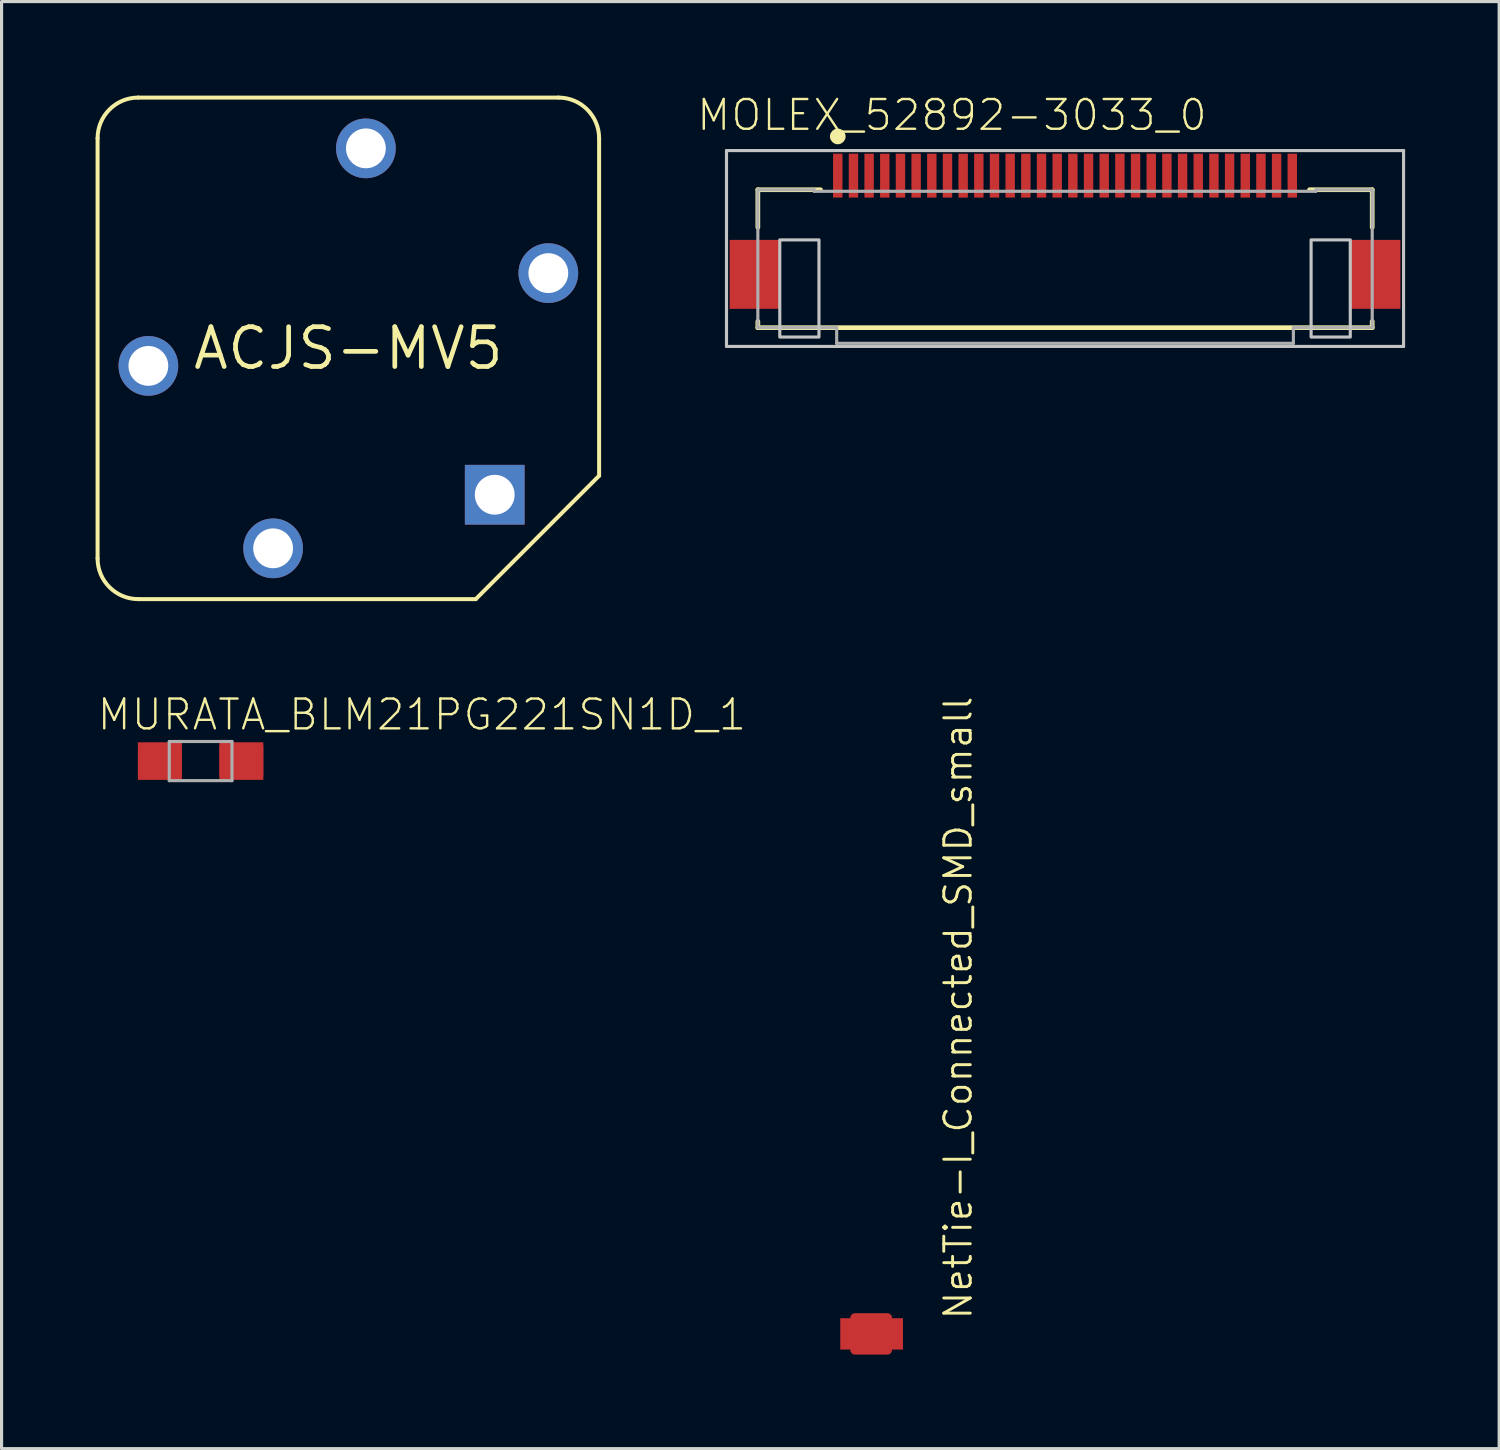
<source format=kicad_pcb>
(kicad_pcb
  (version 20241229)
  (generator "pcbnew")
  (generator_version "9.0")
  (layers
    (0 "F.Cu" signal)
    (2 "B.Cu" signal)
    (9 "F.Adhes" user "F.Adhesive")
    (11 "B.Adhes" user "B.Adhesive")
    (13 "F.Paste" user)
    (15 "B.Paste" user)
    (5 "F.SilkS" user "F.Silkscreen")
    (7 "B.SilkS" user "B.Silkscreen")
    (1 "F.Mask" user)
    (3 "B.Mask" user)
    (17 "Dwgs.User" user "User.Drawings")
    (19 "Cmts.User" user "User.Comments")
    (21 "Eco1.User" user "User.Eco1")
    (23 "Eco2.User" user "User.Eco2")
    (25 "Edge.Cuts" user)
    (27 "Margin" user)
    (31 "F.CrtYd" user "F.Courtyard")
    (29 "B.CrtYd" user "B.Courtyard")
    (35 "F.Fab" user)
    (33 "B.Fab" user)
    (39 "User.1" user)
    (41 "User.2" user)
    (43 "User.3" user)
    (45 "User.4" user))
  (footprint "MOLEX_52892-3033_0"
    (layer "F.Cu")
    (at 30.927 4.128)
    (property "Reference" "MOLEX_52892-3033_0" (at -11.8 -2.95 180) (layer "F.SilkS") (effects (font (size 0.95 0.95) (thickness 0.076)) (justify left bottom)))
    (attr through_hole)
    (fp_line (start -9.8 -1.125) (end -7.8 -1.125) (stroke (width 0.15) (type solid)) (layer "F.SilkS"))
    (fp_line (start -9.8 0.075) (end -9.8 -1.125) (stroke (width 0.15) (type solid)) (layer "F.SilkS"))
    (fp_line (start -9.8 3.275) (end -9.8 3.075) (stroke (width 0.15) (type solid)) (layer "F.SilkS"))
    (fp_line (start -9.8 3.275) (end 9.8 3.275) (stroke (width 0.15) (type solid)) (layer "F.SilkS"))
    (fp_line (start 7.8 -1.125) (end 9.8 -1.125) (stroke (width 0.15) (type solid)) (layer "F.SilkS"))
    (fp_line (start 9.8 0.075) (end 9.8 -1.125) (stroke (width 0.15) (type solid)) (layer "F.SilkS"))
    (fp_line (start 9.8 3.275) (end 9.8 3.075) (stroke (width 0.15) (type solid)) (layer "F.SilkS"))
    (fp_circle (center -7.25 -2.825) (end -7.125 -2.825) (stroke (width 0.25) (type solid)) (fill no) (layer "F.SilkS"))
    (fp_line (start -10.8 -2.375) (end 10.8 -2.375) (stroke (width 0.1) (type solid)) (layer "Dwgs.User"))
    (fp_line (start -10.8 3.875) (end -10.8 -2.375) (stroke (width 0.1) (type solid)) (layer "Dwgs.User"))
    (fp_line (start 10.8 -2.375) (end 10.8 3.875) (stroke (width 0.1) (type solid)) (layer "Dwgs.User"))
    (fp_line (start 10.8 3.875) (end -10.8 3.875) (stroke (width 0.1) (type solid)) (layer "Dwgs.User"))
    (fp_poly (pts (xy -9.1 3.575) (xy -7.85 3.575) (xy -7.85 0.475) (xy -9.1 0.475)) (stroke (width 0.1) (type solid)) (fill no) (layer "Dwgs.User"))
    (fp_poly (pts (xy 7.85 3.575) (xy 9.1 3.575) (xy 9.1 0.475) (xy 7.85 0.475)) (stroke (width 0.1) (type solid)) (fill no) (layer "Dwgs.User"))
    (fp_line (start -9.8 -1.125) (end -8 -1.125) (stroke (width 0.1) (type solid)) (layer "F.Fab"))
    (fp_line (start -9.8 3.275) (end -9.8 -1.125) (stroke (width 0.1) (type solid)) (layer "F.Fab"))
    (fp_line (start -9.8 3.275) (end -7.285 3.275) (stroke (width 0.1) (type solid)) (layer "F.Fab"))
    (fp_line (start -8 -1.075) (end -8 -1.125) (stroke (width 0.1) (type solid)) (layer "F.Fab"))
    (fp_line (start -8 -1.075) (end 8 -1.075) (stroke (width 0.1) (type solid)) (layer "F.Fab"))
    (fp_line (start -7.285 3.775) (end -7.285 3.275) (stroke (width 0.1) (type solid)) (layer "F.Fab"))
    (fp_line (start -7.285 3.775) (end 7.285 3.775) (stroke (width 0.1) (type solid)) (layer "F.Fab"))
    (fp_line (start 7.285 3.275) (end 9.8 3.275) (stroke (width 0.1) (type solid)) (layer "F.Fab"))
    (fp_line (start 7.285 3.775) (end 7.285 3.275) (stroke (width 0.1) (type solid)) (layer "F.Fab"))
    (fp_line (start 8 -1.125) (end 9.8 -1.125) (stroke (width 0.1) (type solid)) (layer "F.Fab"))
    (fp_line (start 8 -1.075) (end 8 -1.125) (stroke (width 0.1) (type solid)) (layer "F.Fab"))
    (fp_line (start 9.8 3.275) (end 9.8 -1.125) (stroke (width 0.1) (type solid)) (layer "F.Fab"))
    (pad "1" smd rect (at -7.25 -1.575) (size 0.3 1.4) (layers "F.Cu" "F.Mask" "F.Paste"))
    (pad "2" smd rect (at -6.75 -1.575) (size 0.3 1.4) (layers "F.Cu" "F.Mask" "F.Paste"))
    (pad "3" smd rect (at -6.25 -1.575) (size 0.3 1.4) (layers "F.Cu" "F.Mask" "F.Paste"))
    (pad "4" smd rect (at -5.75 -1.575) (size 0.3 1.4) (layers "F.Cu" "F.Mask" "F.Paste"))
    (pad "5" smd rect (at -5.25 -1.575) (size 0.3 1.4) (layers "F.Cu" "F.Mask" "F.Paste"))
    (pad "6" smd rect (at -4.75 -1.575) (size 0.3 1.4) (layers "F.Cu" "F.Mask" "F.Paste"))
    (pad "7" smd rect (at -4.25 -1.575) (size 0.3 1.4) (layers "F.Cu" "F.Mask" "F.Paste"))
    (pad "8" smd rect (at -3.75 -1.575) (size 0.3 1.4) (layers "F.Cu" "F.Mask" "F.Paste"))
    (pad "9" smd rect (at -3.25 -1.575) (size 0.3 1.4) (layers "F.Cu" "F.Mask" "F.Paste"))
    (pad "10" smd rect (at -2.75 -1.575) (size 0.3 1.4) (layers "F.Cu" "F.Mask" "F.Paste"))
    (pad "11" smd rect (at -2.25 -1.575) (size 0.3 1.4) (layers "F.Cu" "F.Mask" "F.Paste"))
    (pad "12" smd rect (at -1.75 -1.575) (size 0.3 1.4) (layers "F.Cu" "F.Mask" "F.Paste"))
    (pad "13" smd rect (at -1.25 -1.575) (size 0.3 1.4) (layers "F.Cu" "F.Mask" "F.Paste"))
    (pad "14" smd rect (at -0.75 -1.575) (size 0.3 1.4) (layers "F.Cu" "F.Mask" "F.Paste"))
    (pad "15" smd rect (at -0.25 -1.575) (size 0.3 1.4) (layers "F.Cu" "F.Mask" "F.Paste"))
    (pad "16" smd rect (at 0.25 -1.575) (size 0.3 1.4) (layers "F.Cu" "F.Mask" "F.Paste"))
    (pad "17" smd rect (at 0.75 -1.575) (size 0.3 1.4) (layers "F.Cu" "F.Mask" "F.Paste"))
    (pad "18" smd rect (at 1.25 -1.575) (size 0.3 1.4) (layers "F.Cu" "F.Mask" "F.Paste"))
    (pad "19" smd rect (at 1.75 -1.575) (size 0.3 1.4) (layers "F.Cu" "F.Mask" "F.Paste"))
    (pad "20" smd rect (at 2.25 -1.575) (size 0.3 1.4) (layers "F.Cu" "F.Mask" "F.Paste"))
    (pad "21" smd rect (at 2.75 -1.575) (size 0.3 1.4) (layers "F.Cu" "F.Mask" "F.Paste"))
    (pad "22" smd rect (at 3.25 -1.575) (size 0.3 1.4) (layers "F.Cu" "F.Mask" "F.Paste"))
    (pad "23" smd rect (at 3.75 -1.575) (size 0.3 1.4) (layers "F.Cu" "F.Mask" "F.Paste"))
    (pad "24" smd rect (at 4.25 -1.575) (size 0.3 1.4) (layers "F.Cu" "F.Mask" "F.Paste"))
    (pad "25" smd rect (at 4.75 -1.575) (size 0.3 1.4) (layers "F.Cu" "F.Mask" "F.Paste"))
    (pad "26" smd rect (at 5.25 -1.575) (size 0.3 1.4) (layers "F.Cu" "F.Mask" "F.Paste"))
    (pad "27" smd rect (at 5.75 -1.575) (size 0.3 1.4) (layers "F.Cu" "F.Mask" "F.Paste"))
    (pad "28" smd rect (at 6.25 -1.575) (size 0.3 1.4) (layers "F.Cu" "F.Mask" "F.Paste"))
    (pad "29" smd rect (at 6.75 -1.575) (size 0.3 1.4) (layers "F.Cu" "F.Mask" "F.Paste"))
    (pad "30" smd rect (at 7.25 -1.575) (size 0.3 1.4) (layers "F.Cu" "F.Mask" "F.Paste"))
    (pad "MP1" smd rect (at -9.9 1.575) (size 1.6 2.2) (layers "F.Cu" "F.Mask" "F.Paste"))
    (pad "MP2" smd rect (at 9.9 1.575) (size 1.6 2.2) (layers "F.Cu" "F.Mask" "F.Paste")))
  (footprint "MURATA_BLM21PG221SN1D_1"
    (layer "F.Cu")
    (at 3.35 21.23)
    (property "Reference" "MURATA_BLM21PG221SN1D_1" (at -3.35 -0.925 0) (layer "F.SilkS") (effects (font (size 0.95 0.95) (thickness 0.076)) (justify left bottom)))
    (attr through_hole)
    (fp_poly (pts (xy -2 0.6) (xy -0.6 0.6) (xy -0.6 -0.6) (xy -2 -0.6)) (stroke (width 0) (type solid)) (fill yes) (layer "F.Cu"))
    (fp_poly (pts (xy 0.6 0.6) (xy 2 0.6) (xy 2 -0.6) (xy 0.6 -0.6)) (stroke (width 0) (type solid)) (fill yes) (layer "F.Cu"))
    (fp_line (start -1 -0.625) (end 1 -0.625) (stroke (width 0.1) (type solid)) (layer "F.Fab"))
    (fp_line (start -1 0.625) (end -1 -0.625) (stroke (width 0.1) (type solid)) (layer "F.Fab"))
    (fp_line (start -1 0.625) (end 1 0.625) (stroke (width 0.1) (type solid)) (layer "F.Fab"))
    (fp_line (start 1 0.625) (end 1 -0.625) (stroke (width 0.1) (type solid)) (layer "F.Fab"))
    (pad "1" smd rect (at -1.3 0) (size 1.4 1) (layers "F.Cu" "F.Mask" "F.Paste"))
    (pad "2" smd rect (at 1.3 0) (size 1.4 1) (layers "F.Cu" "F.Mask" "F.Paste")))
  (footprint "NetTie-I_Connected_SMD_small"
    (layer "F.Cu")
    (at 26.007 39.504)
    (property "Reference" "NetTie-I_Connected_SMD_small" (at 1.016 -0.4 270) (layer "F.SilkS") (effects (font (size 0.845 0.845) (thickness 0.093)) (justify left top)))
    (attr through_hole)
    (fp_line (start -1.778 -0.254) (end -0.75 -0.25) (stroke (width 0.305) (type solid)) (layer "F.Cu"))
    (fp_line (start -1.778 0.254) (end -0.75 0.254) (stroke (width 0.305) (type solid)) (layer "F.Cu"))
    (fp_line (start -0.75 -0.508) (end -1.778 -0.508) (stroke (width 0.305) (type solid)) (layer "F.Cu"))
    (fp_line (start -0.75 0) (end -1.778 0) (stroke (width 0.305) (type solid)) (layer "F.Cu"))
    (fp_line (start -0.75 0.508) (end -1.778 0.508) (stroke (width 0.305) (type solid)) (layer "F.Cu"))
    (pad "1" smd rect (at -1.75 0) (size 1 1) (layers "F.Cu" "F.Mask" "F.Paste"))
    (pad "2" smd rect (at -0.75 0) (size 1 1) (layers "F.Cu" "F.Mask" "F.Paste")))
  (footprint "ACJS-MV5"
    (layer "F.Cu")
    (at 8.063 8.063)
    (property "Reference" "ACJS-MV5" (at 0 0 0) (layer "F.SilkS") (effects (font (size 1.27 1.27) (thickness 0.15))))
    (attr through_hole)
    (fp_line (start -8 6.703) (end -8 -6.703) (stroke (width 0.127) (type solid)) (layer "F.SilkS"))
    (fp_line (start -6.703 -8) (end 6.703 -8) (stroke (width 0.127) (type solid)) (layer "F.SilkS"))
    (fp_line (start 4.065 8) (end -6.703 8) (stroke (width 0.127) (type solid)) (layer "F.SilkS"))
    (fp_line (start 8 -6.703) (end 8 4.065) (stroke (width 0.127) (type solid)) (layer "F.SilkS"))
    (fp_line (start 8 4.065) (end 4.065 8) (stroke (width 0.127) (type solid)) (layer "F.SilkS"))
    (fp_arc (start -8 -6.702606) (mid -7.620002 -7.620002) (end -6.702606 -8) (stroke (width 0.127) (type solid)) (layer "F.SilkS"))
    (fp_arc (start -6.702606 8) (mid -7.620002 7.620002) (end -8 6.702606) (stroke (width 0.127) (type solid)) (layer "F.SilkS"))
    (fp_arc (start 6.702606 -8) (mid 7.620002 -7.620002) (end 8 -6.702606) (stroke (width 0.127) (type solid)) (layer "F.SilkS"))
    (pad "P$1" thru_hole rect (at 4.67 4.67) (size 1.905 1.905) (drill 1.27) (layers "*.Cu" "*.Mask"))
    (pad "P$2" thru_hole circle (at -2.4 6.38) (size 1.905 1.905) (drill 1.27) (layers "*.Cu" "*.Mask"))
    (pad "P$3" thru_hole circle (at -6.38 0.56) (size 1.905 1.905) (drill 1.27) (layers "*.Cu" "*.Mask"))
    (pad "P$4" thru_hole circle (at 0.56 -6.38) (size 1.905 1.905) (drill 1.27) (layers "*.Cu" "*.Mask"))
    (pad "P$5" thru_hole circle (at 6.38 -2.4) (size 1.905 1.905) (drill 1.27) (layers "*.Cu" "*.Mask")))
  (gr_rect
    (start -3 -3)
    (end 44.777 43.164)
    (stroke (width 0.1) (type default))
    (fill no)
    (layer "Edge.Cuts")))
</source>
